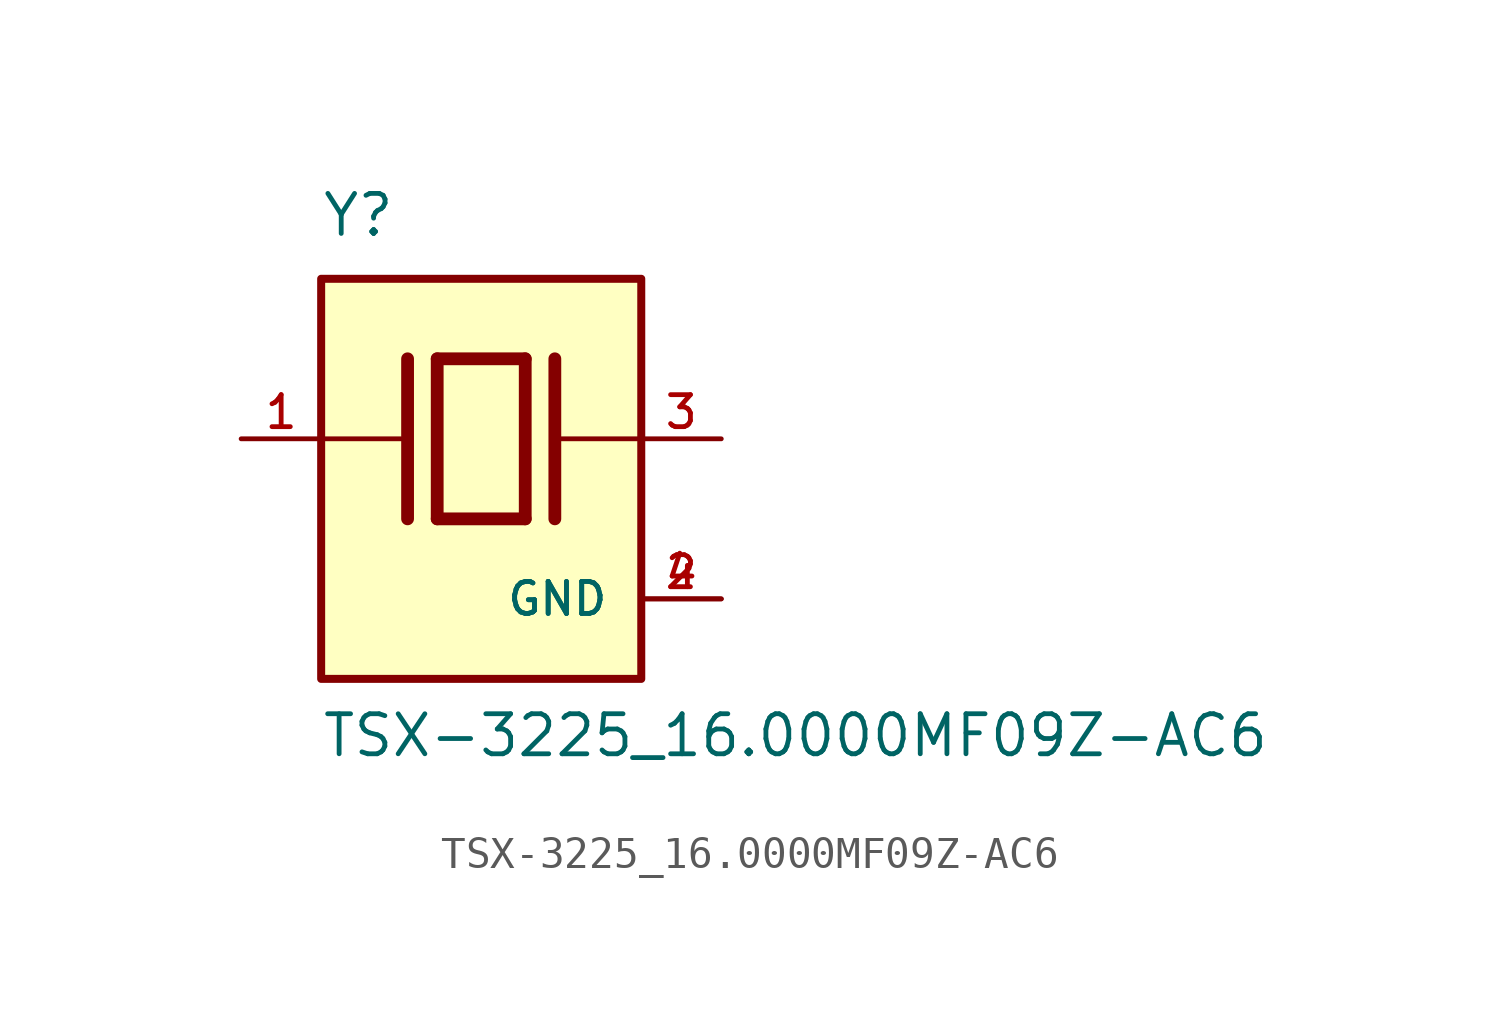
<source format=kicad_sym>
(kicad_symbol_lib
  (version 20211014)
  (generator kicad_symbol_editor)
  (symbol "TSX-3225_16.0000MF09Z-AC6"
    (pin_names
      (offset 1.016))
    (property "Reference" "Y"
      (at -5.088 6.356 0)
      (effects (font (size 1.27 1.27)) (justify bottom left)))
    (property "Value" "TSX-3225_16.0000MF09Z-AC6"
      (at -5.094 -10.16 0)
      (effects (font (size 1.27 1.27)) (justify bottom left)))
    (symbol "TSX-3225_16.0000MF09Z-AC6_0_0"
      (polyline (pts (xy -1.397 2.54) (xy 1.397 2.54)) (stroke (width 0.406)))
      (polyline (pts (xy 1.397 2.54) (xy 1.397 -2.54)) (stroke (width 0.406)))
      (polyline (pts (xy 1.397 -2.54) (xy -1.397 -2.54)) (stroke (width 0.406)))
      (polyline (pts (xy -1.397 2.54) (xy -1.397 -2.54)) (stroke (width 0.406)))
      (polyline (pts (xy 2.337 2.54) (xy 2.337 -2.54)) (stroke (width 0.406)))
      (polyline (pts (xy -2.337 2.54) (xy -2.337 -2.54)) (stroke (width 0.406)))
      (polyline (pts (xy -5.08 0.0) (xy -2.54 0.0)) (stroke (width 0.152)))
      (polyline (pts (xy 2.54 0.0) (xy 5.08 0.0)) (stroke (width 0.152)))
      (rectangle (start -5.08 -7.62) (end 5.08 5.08) (stroke (width 0.254)) (fill (type background)))
      (pin passive line (at 7.62 0.0 180.0) (length 2.54) (name "~" (effects (font (size 1.016 1.016)))) (number "3" (effects (font (size 1.016 1.016)))))
      (pin passive line (at -7.62 0.0 0) (length 2.54) (name "~" (effects (font (size 1.016 1.016)))) (number "1" (effects (font (size 1.016 1.016)))))
      (pin power_in line (at 7.62 -5.08 180.0) (length 2.54) (name "GND" (effects (font (size 1.016 1.016)))) (number "2" (effects (font (size 1.016 1.016)))))
      (pin power_in line (at 7.62 -5.08 180.0) (length 2.54) (name "GND" (effects (font (size 1.016 1.016)))) (number "4" (effects (font (size 1.016 1.016))))))))
</source>
